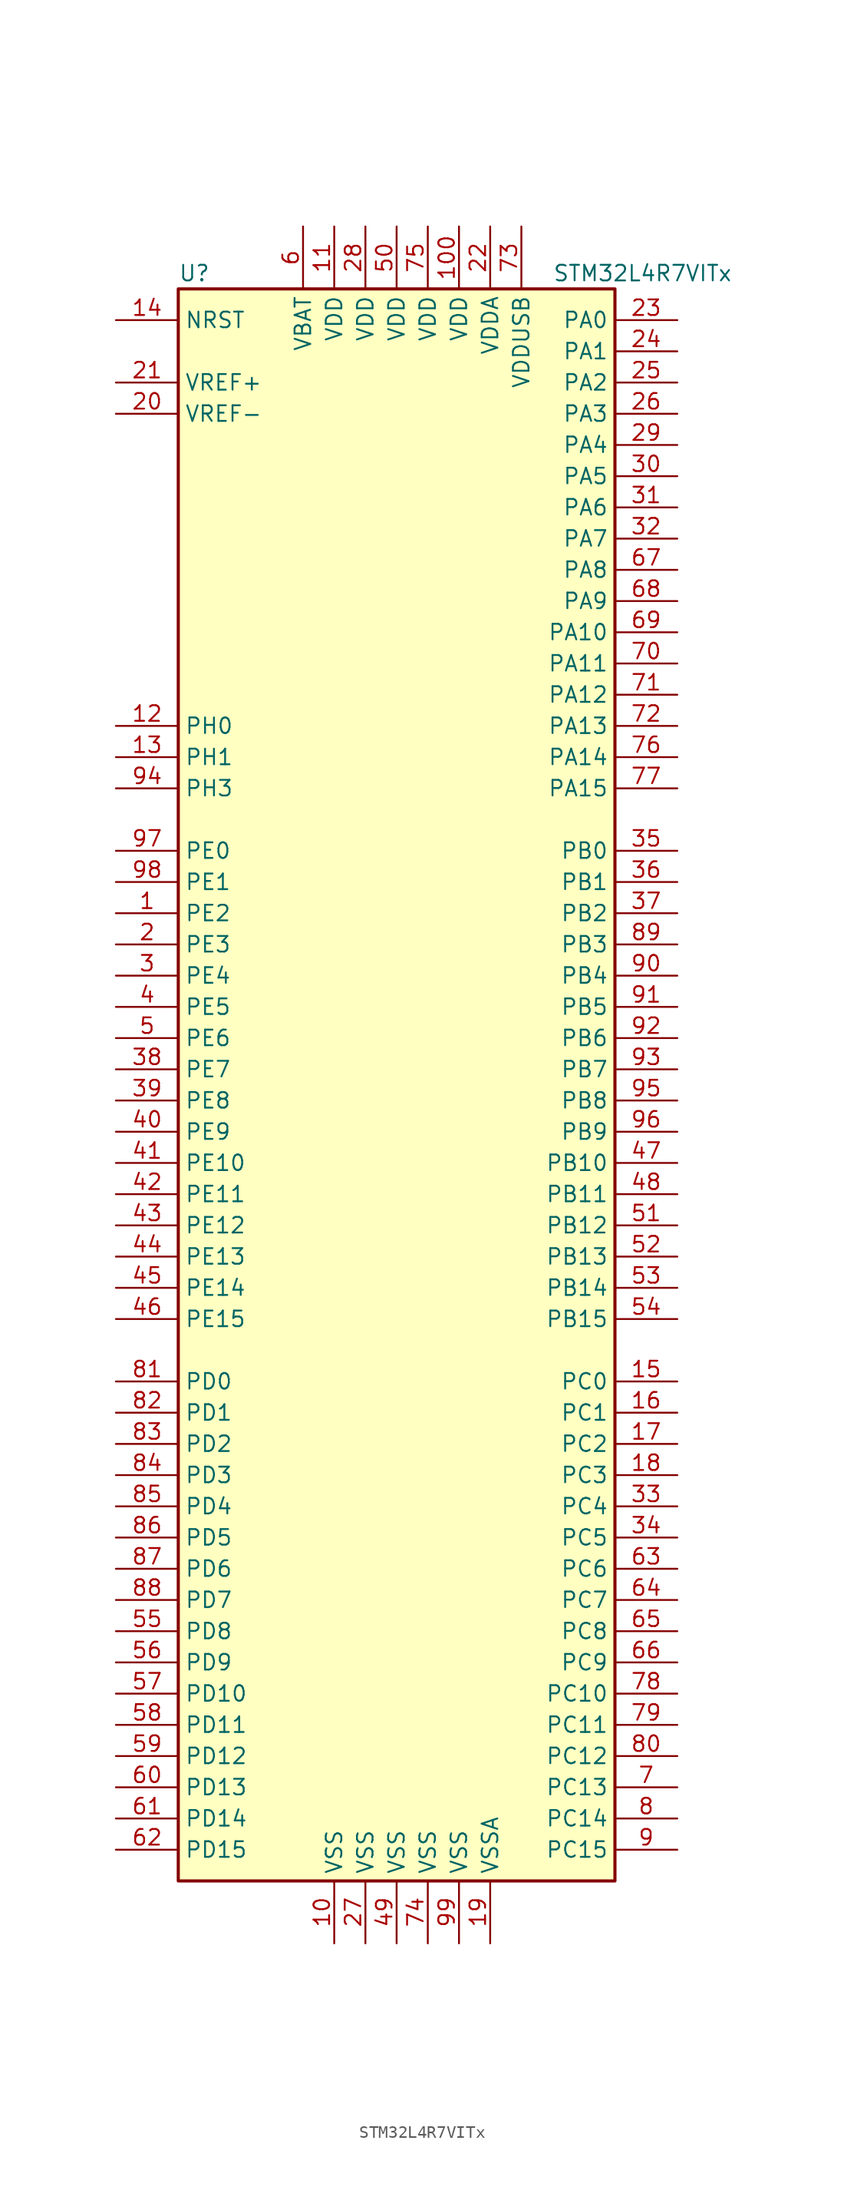
<source format=kicad_sym>
(kicad_symbol_lib
  (version 20211014)
  (generator kicad_symbol_editor)
  (symbol "STM32L4R7VITx"
    (property "Reference" "U"
      (at -17.78 64.77 0)
      (effects (font (size 1.27 1.27)) (justify left)))
    (property "Value" "STM32L4R7VITx"
      (at 12.7 64.77 0)
      (effects (font (size 1.27 1.27)) (justify left)))
    (symbol "STM32L4R7VITx_0_1"
      (rectangle (start -17.78 -66.04) (end 17.78 63.5) (stroke (width 0.254) (type default) (color 0 0 0 0)) (fill (type background))))
    (symbol "STM32L4R7VITx_1_1"
      (pin bidirectional line (at -22.86 12.7 0) (length 5.08) (name "PE2" (effects (font (size 1.27 1.27)))) (number "1" (effects (font (size 1.27 1.27)))))
      (pin power_in line (at -5.08 -71.12 90) (length 5.08) (name "VSS" (effects (font (size 1.27 1.27)))) (number "10" (effects (font (size 1.27 1.27)))))
      (pin power_in line (at 5.08 68.58 270) (length 5.08) (name "VDD" (effects (font (size 1.27 1.27)))) (number "100" (effects (font (size 1.27 1.27)))))
      (pin power_in line (at -5.08 68.58 270) (length 5.08) (name "VDD" (effects (font (size 1.27 1.27)))) (number "11" (effects (font (size 1.27 1.27)))))
      (pin input line (at -22.86 27.94 0) (length 5.08) (name "PH0" (effects (font (size 1.27 1.27)))) (number "12" (effects (font (size 1.27 1.27)))))
      (pin input line (at -22.86 25.4 0) (length 5.08) (name "PH1" (effects (font (size 1.27 1.27)))) (number "13" (effects (font (size 1.27 1.27)))))
      (pin input line (at -22.86 60.96 0) (length 5.08) (name "NRST" (effects (font (size 1.27 1.27)))) (number "14" (effects (font (size 1.27 1.27)))))
      (pin bidirectional line (at 22.86 -25.4 180) (length 5.08) (name "PC0" (effects (font (size 1.27 1.27)))) (number "15" (effects (font (size 1.27 1.27)))))
      (pin bidirectional line (at 22.86 -27.94 180) (length 5.08) (name "PC1" (effects (font (size 1.27 1.27)))) (number "16" (effects (font (size 1.27 1.27)))))
      (pin bidirectional line (at 22.86 -30.48 180) (length 5.08) (name "PC2" (effects (font (size 1.27 1.27)))) (number "17" (effects (font (size 1.27 1.27)))))
      (pin bidirectional line (at 22.86 -33.02 180) (length 5.08) (name "PC3" (effects (font (size 1.27 1.27)))) (number "18" (effects (font (size 1.27 1.27)))))
      (pin power_in line (at 7.62 -71.12 90) (length 5.08) (name "VSSA" (effects (font (size 1.27 1.27)))) (number "19" (effects (font (size 1.27 1.27)))))
      (pin bidirectional line (at -22.86 10.16 0) (length 5.08) (name "PE3" (effects (font (size 1.27 1.27)))) (number "2" (effects (font (size 1.27 1.27)))))
      (pin power_in line (at -22.86 53.34 0) (length 5.08) (name "VREF-" (effects (font (size 1.27 1.27)))) (number "20" (effects (font (size 1.27 1.27)))))
      (pin bidirectional line (at -22.86 55.88 0) (length 5.08) (name "VREF+" (effects (font (size 1.27 1.27)))) (number "21" (effects (font (size 1.27 1.27)))))
      (pin power_in line (at 7.62 68.58 270) (length 5.08) (name "VDDA" (effects (font (size 1.27 1.27)))) (number "22" (effects (font (size 1.27 1.27)))))
      (pin bidirectional line (at 22.86 60.96 180) (length 5.08) (name "PA0" (effects (font (size 1.27 1.27)))) (number "23" (effects (font (size 1.27 1.27)))))
      (pin bidirectional line (at 22.86 58.42 180) (length 5.08) (name "PA1" (effects (font (size 1.27 1.27)))) (number "24" (effects (font (size 1.27 1.27)))))
      (pin bidirectional line (at 22.86 55.88 180) (length 5.08) (name "PA2" (effects (font (size 1.27 1.27)))) (number "25" (effects (font (size 1.27 1.27)))))
      (pin bidirectional line (at 22.86 53.34 180) (length 5.08) (name "PA3" (effects (font (size 1.27 1.27)))) (number "26" (effects (font (size 1.27 1.27)))))
      (pin power_in line (at -2.54 -71.12 90) (length 5.08) (name "VSS" (effects (font (size 1.27 1.27)))) (number "27" (effects (font (size 1.27 1.27)))))
      (pin power_in line (at -2.54 68.58 270) (length 5.08) (name "VDD" (effects (font (size 1.27 1.27)))) (number "28" (effects (font (size 1.27 1.27)))))
      (pin bidirectional line (at 22.86 50.8 180) (length 5.08) (name "PA4" (effects (font (size 1.27 1.27)))) (number "29" (effects (font (size 1.27 1.27)))))
      (pin bidirectional line (at -22.86 7.62 0) (length 5.08) (name "PE4" (effects (font (size 1.27 1.27)))) (number "3" (effects (font (size 1.27 1.27)))))
      (pin bidirectional line (at 22.86 48.26 180) (length 5.08) (name "PA5" (effects (font (size 1.27 1.27)))) (number "30" (effects (font (size 1.27 1.27)))))
      (pin bidirectional line (at 22.86 45.72 180) (length 5.08) (name "PA6" (effects (font (size 1.27 1.27)))) (number "31" (effects (font (size 1.27 1.27)))))
      (pin bidirectional line (at 22.86 43.18 180) (length 5.08) (name "PA7" (effects (font (size 1.27 1.27)))) (number "32" (effects (font (size 1.27 1.27)))))
      (pin bidirectional line (at 22.86 -35.56 180) (length 5.08) (name "PC4" (effects (font (size 1.27 1.27)))) (number "33" (effects (font (size 1.27 1.27)))))
      (pin bidirectional line (at 22.86 -38.1 180) (length 5.08) (name "PC5" (effects (font (size 1.27 1.27)))) (number "34" (effects (font (size 1.27 1.27)))))
      (pin bidirectional line (at 22.86 17.78 180) (length 5.08) (name "PB0" (effects (font (size 1.27 1.27)))) (number "35" (effects (font (size 1.27 1.27)))))
      (pin bidirectional line (at 22.86 15.24 180) (length 5.08) (name "PB1" (effects (font (size 1.27 1.27)))) (number "36" (effects (font (size 1.27 1.27)))))
      (pin bidirectional line (at 22.86 12.7 180) (length 5.08) (name "PB2" (effects (font (size 1.27 1.27)))) (number "37" (effects (font (size 1.27 1.27)))))
      (pin bidirectional line (at -22.86 0 0) (length 5.08) (name "PE7" (effects (font (size 1.27 1.27)))) (number "38" (effects (font (size 1.27 1.27)))))
      (pin bidirectional line (at -22.86 -2.54 0) (length 5.08) (name "PE8" (effects (font (size 1.27 1.27)))) (number "39" (effects (font (size 1.27 1.27)))))
      (pin bidirectional line (at -22.86 5.08 0) (length 5.08) (name "PE5" (effects (font (size 1.27 1.27)))) (number "4" (effects (font (size 1.27 1.27)))))
      (pin bidirectional line (at -22.86 -5.08 0) (length 5.08) (name "PE9" (effects (font (size 1.27 1.27)))) (number "40" (effects (font (size 1.27 1.27)))))
      (pin bidirectional line (at -22.86 -7.62 0) (length 5.08) (name "PE10" (effects (font (size 1.27 1.27)))) (number "41" (effects (font (size 1.27 1.27)))))
      (pin bidirectional line (at -22.86 -10.16 0) (length 5.08) (name "PE11" (effects (font (size 1.27 1.27)))) (number "42" (effects (font (size 1.27 1.27)))))
      (pin bidirectional line (at -22.86 -12.7 0) (length 5.08) (name "PE12" (effects (font (size 1.27 1.27)))) (number "43" (effects (font (size 1.27 1.27)))))
      (pin bidirectional line (at -22.86 -15.24 0) (length 5.08) (name "PE13" (effects (font (size 1.27 1.27)))) (number "44" (effects (font (size 1.27 1.27)))))
      (pin bidirectional line (at -22.86 -17.78 0) (length 5.08) (name "PE14" (effects (font (size 1.27 1.27)))) (number "45" (effects (font (size 1.27 1.27)))))
      (pin bidirectional line (at -22.86 -20.32 0) (length 5.08) (name "PE15" (effects (font (size 1.27 1.27)))) (number "46" (effects (font (size 1.27 1.27)))))
      (pin bidirectional line (at 22.86 -7.62 180) (length 5.08) (name "PB10" (effects (font (size 1.27 1.27)))) (number "47" (effects (font (size 1.27 1.27)))))
      (pin bidirectional line (at 22.86 -10.16 180) (length 5.08) (name "PB11" (effects (font (size 1.27 1.27)))) (number "48" (effects (font (size 1.27 1.27)))))
      (pin power_in line (at 0 -71.12 90) (length 5.08) (name "VSS" (effects (font (size 1.27 1.27)))) (number "49" (effects (font (size 1.27 1.27)))))
      (pin bidirectional line (at -22.86 2.54 0) (length 5.08) (name "PE6" (effects (font (size 1.27 1.27)))) (number "5" (effects (font (size 1.27 1.27)))))
      (pin power_in line (at 0 68.58 270) (length 5.08) (name "VDD" (effects (font (size 1.27 1.27)))) (number "50" (effects (font (size 1.27 1.27)))))
      (pin bidirectional line (at 22.86 -12.7 180) (length 5.08) (name "PB12" (effects (font (size 1.27 1.27)))) (number "51" (effects (font (size 1.27 1.27)))))
      (pin bidirectional line (at 22.86 -15.24 180) (length 5.08) (name "PB13" (effects (font (size 1.27 1.27)))) (number "52" (effects (font (size 1.27 1.27)))))
      (pin bidirectional line (at 22.86 -17.78 180) (length 5.08) (name "PB14" (effects (font (size 1.27 1.27)))) (number "53" (effects (font (size 1.27 1.27)))))
      (pin bidirectional line (at 22.86 -20.32 180) (length 5.08) (name "PB15" (effects (font (size 1.27 1.27)))) (number "54" (effects (font (size 1.27 1.27)))))
      (pin bidirectional line (at -22.86 -45.72 0) (length 5.08) (name "PD8" (effects (font (size 1.27 1.27)))) (number "55" (effects (font (size 1.27 1.27)))))
      (pin bidirectional line (at -22.86 -48.26 0) (length 5.08) (name "PD9" (effects (font (size 1.27 1.27)))) (number "56" (effects (font (size 1.27 1.27)))))
      (pin bidirectional line (at -22.86 -50.8 0) (length 5.08) (name "PD10" (effects (font (size 1.27 1.27)))) (number "57" (effects (font (size 1.27 1.27)))))
      (pin bidirectional line (at -22.86 -53.34 0) (length 5.08) (name "PD11" (effects (font (size 1.27 1.27)))) (number "58" (effects (font (size 1.27 1.27)))))
      (pin bidirectional line (at -22.86 -55.88 0) (length 5.08) (name "PD12" (effects (font (size 1.27 1.27)))) (number "59" (effects (font (size 1.27 1.27)))))
      (pin power_in line (at -7.62 68.58 270) (length 5.08) (name "VBAT" (effects (font (size 1.27 1.27)))) (number "6" (effects (font (size 1.27 1.27)))))
      (pin bidirectional line (at -22.86 -58.42 0) (length 5.08) (name "PD13" (effects (font (size 1.27 1.27)))) (number "60" (effects (font (size 1.27 1.27)))))
      (pin bidirectional line (at -22.86 -60.96 0) (length 5.08) (name "PD14" (effects (font (size 1.27 1.27)))) (number "61" (effects (font (size 1.27 1.27)))))
      (pin bidirectional line (at -22.86 -63.5 0) (length 5.08) (name "PD15" (effects (font (size 1.27 1.27)))) (number "62" (effects (font (size 1.27 1.27)))))
      (pin bidirectional line (at 22.86 -40.64 180) (length 5.08) (name "PC6" (effects (font (size 1.27 1.27)))) (number "63" (effects (font (size 1.27 1.27)))))
      (pin bidirectional line (at 22.86 -43.18 180) (length 5.08) (name "PC7" (effects (font (size 1.27 1.27)))) (number "64" (effects (font (size 1.27 1.27)))))
      (pin bidirectional line (at 22.86 -45.72 180) (length 5.08) (name "PC8" (effects (font (size 1.27 1.27)))) (number "65" (effects (font (size 1.27 1.27)))))
      (pin bidirectional line (at 22.86 -48.26 180) (length 5.08) (name "PC9" (effects (font (size 1.27 1.27)))) (number "66" (effects (font (size 1.27 1.27)))))
      (pin bidirectional line (at 22.86 40.64 180) (length 5.08) (name "PA8" (effects (font (size 1.27 1.27)))) (number "67" (effects (font (size 1.27 1.27)))))
      (pin bidirectional line (at 22.86 38.1 180) (length 5.08) (name "PA9" (effects (font (size 1.27 1.27)))) (number "68" (effects (font (size 1.27 1.27)))))
      (pin bidirectional line (at 22.86 35.56 180) (length 5.08) (name "PA10" (effects (font (size 1.27 1.27)))) (number "69" (effects (font (size 1.27 1.27)))))
      (pin bidirectional line (at 22.86 -58.42 180) (length 5.08) (name "PC13" (effects (font (size 1.27 1.27)))) (number "7" (effects (font (size 1.27 1.27)))))
      (pin bidirectional line (at 22.86 33.02 180) (length 5.08) (name "PA11" (effects (font (size 1.27 1.27)))) (number "70" (effects (font (size 1.27 1.27)))))
      (pin bidirectional line (at 22.86 30.48 180) (length 5.08) (name "PA12" (effects (font (size 1.27 1.27)))) (number "71" (effects (font (size 1.27 1.27)))))
      (pin bidirectional line (at 22.86 27.94 180) (length 5.08) (name "PA13" (effects (font (size 1.27 1.27)))) (number "72" (effects (font (size 1.27 1.27)))))
      (pin power_in line (at 10.16 68.58 270) (length 5.08) (name "VDDUSB" (effects (font (size 1.27 1.27)))) (number "73" (effects (font (size 1.27 1.27)))))
      (pin power_in line (at 2.54 -71.12 90) (length 5.08) (name "VSS" (effects (font (size 1.27 1.27)))) (number "74" (effects (font (size 1.27 1.27)))))
      (pin power_in line (at 2.54 68.58 270) (length 5.08) (name "VDD" (effects (font (size 1.27 1.27)))) (number "75" (effects (font (size 1.27 1.27)))))
      (pin bidirectional line (at 22.86 25.4 180) (length 5.08) (name "PA14" (effects (font (size 1.27 1.27)))) (number "76" (effects (font (size 1.27 1.27)))))
      (pin bidirectional line (at 22.86 22.86 180) (length 5.08) (name "PA15" (effects (font (size 1.27 1.27)))) (number "77" (effects (font (size 1.27 1.27)))))
      (pin bidirectional line (at 22.86 -50.8 180) (length 5.08) (name "PC10" (effects (font (size 1.27 1.27)))) (number "78" (effects (font (size 1.27 1.27)))))
      (pin bidirectional line (at 22.86 -53.34 180) (length 5.08) (name "PC11" (effects (font (size 1.27 1.27)))) (number "79" (effects (font (size 1.27 1.27)))))
      (pin bidirectional line (at 22.86 -60.96 180) (length 5.08) (name "PC14" (effects (font (size 1.27 1.27)))) (number "8" (effects (font (size 1.27 1.27)))))
      (pin bidirectional line (at 22.86 -55.88 180) (length 5.08) (name "PC12" (effects (font (size 1.27 1.27)))) (number "80" (effects (font (size 1.27 1.27)))))
      (pin bidirectional line (at -22.86 -25.4 0) (length 5.08) (name "PD0" (effects (font (size 1.27 1.27)))) (number "81" (effects (font (size 1.27 1.27)))))
      (pin bidirectional line (at -22.86 -27.94 0) (length 5.08) (name "PD1" (effects (font (size 1.27 1.27)))) (number "82" (effects (font (size 1.27 1.27)))))
      (pin bidirectional line (at -22.86 -30.48 0) (length 5.08) (name "PD2" (effects (font (size 1.27 1.27)))) (number "83" (effects (font (size 1.27 1.27)))))
      (pin bidirectional line (at -22.86 -33.02 0) (length 5.08) (name "PD3" (effects (font (size 1.27 1.27)))) (number "84" (effects (font (size 1.27 1.27)))))
      (pin bidirectional line (at -22.86 -35.56 0) (length 5.08) (name "PD4" (effects (font (size 1.27 1.27)))) (number "85" (effects (font (size 1.27 1.27)))))
      (pin bidirectional line (at -22.86 -38.1 0) (length 5.08) (name "PD5" (effects (font (size 1.27 1.27)))) (number "86" (effects (font (size 1.27 1.27)))))
      (pin bidirectional line (at -22.86 -40.64 0) (length 5.08) (name "PD6" (effects (font (size 1.27 1.27)))) (number "87" (effects (font (size 1.27 1.27)))))
      (pin bidirectional line (at -22.86 -43.18 0) (length 5.08) (name "PD7" (effects (font (size 1.27 1.27)))) (number "88" (effects (font (size 1.27 1.27)))))
      (pin bidirectional line (at 22.86 10.16 180) (length 5.08) (name "PB3" (effects (font (size 1.27 1.27)))) (number "89" (effects (font (size 1.27 1.27)))))
      (pin bidirectional line (at 22.86 -63.5 180) (length 5.08) (name "PC15" (effects (font (size 1.27 1.27)))) (number "9" (effects (font (size 1.27 1.27)))))
      (pin bidirectional line (at 22.86 7.62 180) (length 5.08) (name "PB4" (effects (font (size 1.27 1.27)))) (number "90" (effects (font (size 1.27 1.27)))))
      (pin bidirectional line (at 22.86 5.08 180) (length 5.08) (name "PB5" (effects (font (size 1.27 1.27)))) (number "91" (effects (font (size 1.27 1.27)))))
      (pin bidirectional line (at 22.86 2.54 180) (length 5.08) (name "PB6" (effects (font (size 1.27 1.27)))) (number "92" (effects (font (size 1.27 1.27)))))
      (pin bidirectional line (at 22.86 0 180) (length 5.08) (name "PB7" (effects (font (size 1.27 1.27)))) (number "93" (effects (font (size 1.27 1.27)))))
      (pin bidirectional line (at -22.86 22.86 0) (length 5.08) (name "PH3" (effects (font (size 1.27 1.27)))) (number "94" (effects (font (size 1.27 1.27)))))
      (pin bidirectional line (at 22.86 -2.54 180) (length 5.08) (name "PB8" (effects (font (size 1.27 1.27)))) (number "95" (effects (font (size 1.27 1.27)))))
      (pin bidirectional line (at 22.86 -5.08 180) (length 5.08) (name "PB9" (effects (font (size 1.27 1.27)))) (number "96" (effects (font (size 1.27 1.27)))))
      (pin bidirectional line (at -22.86 17.78 0) (length 5.08) (name "PE0" (effects (font (size 1.27 1.27)))) (number "97" (effects (font (size 1.27 1.27)))))
      (pin bidirectional line (at -22.86 15.24 0) (length 5.08) (name "PE1" (effects (font (size 1.27 1.27)))) (number "98" (effects (font (size 1.27 1.27)))))
      (pin power_in line (at 5.08 -71.12 90) (length 5.08) (name "VSS" (effects (font (size 1.27 1.27)))) (number "99" (effects (font (size 1.27 1.27))))))))
</source>
